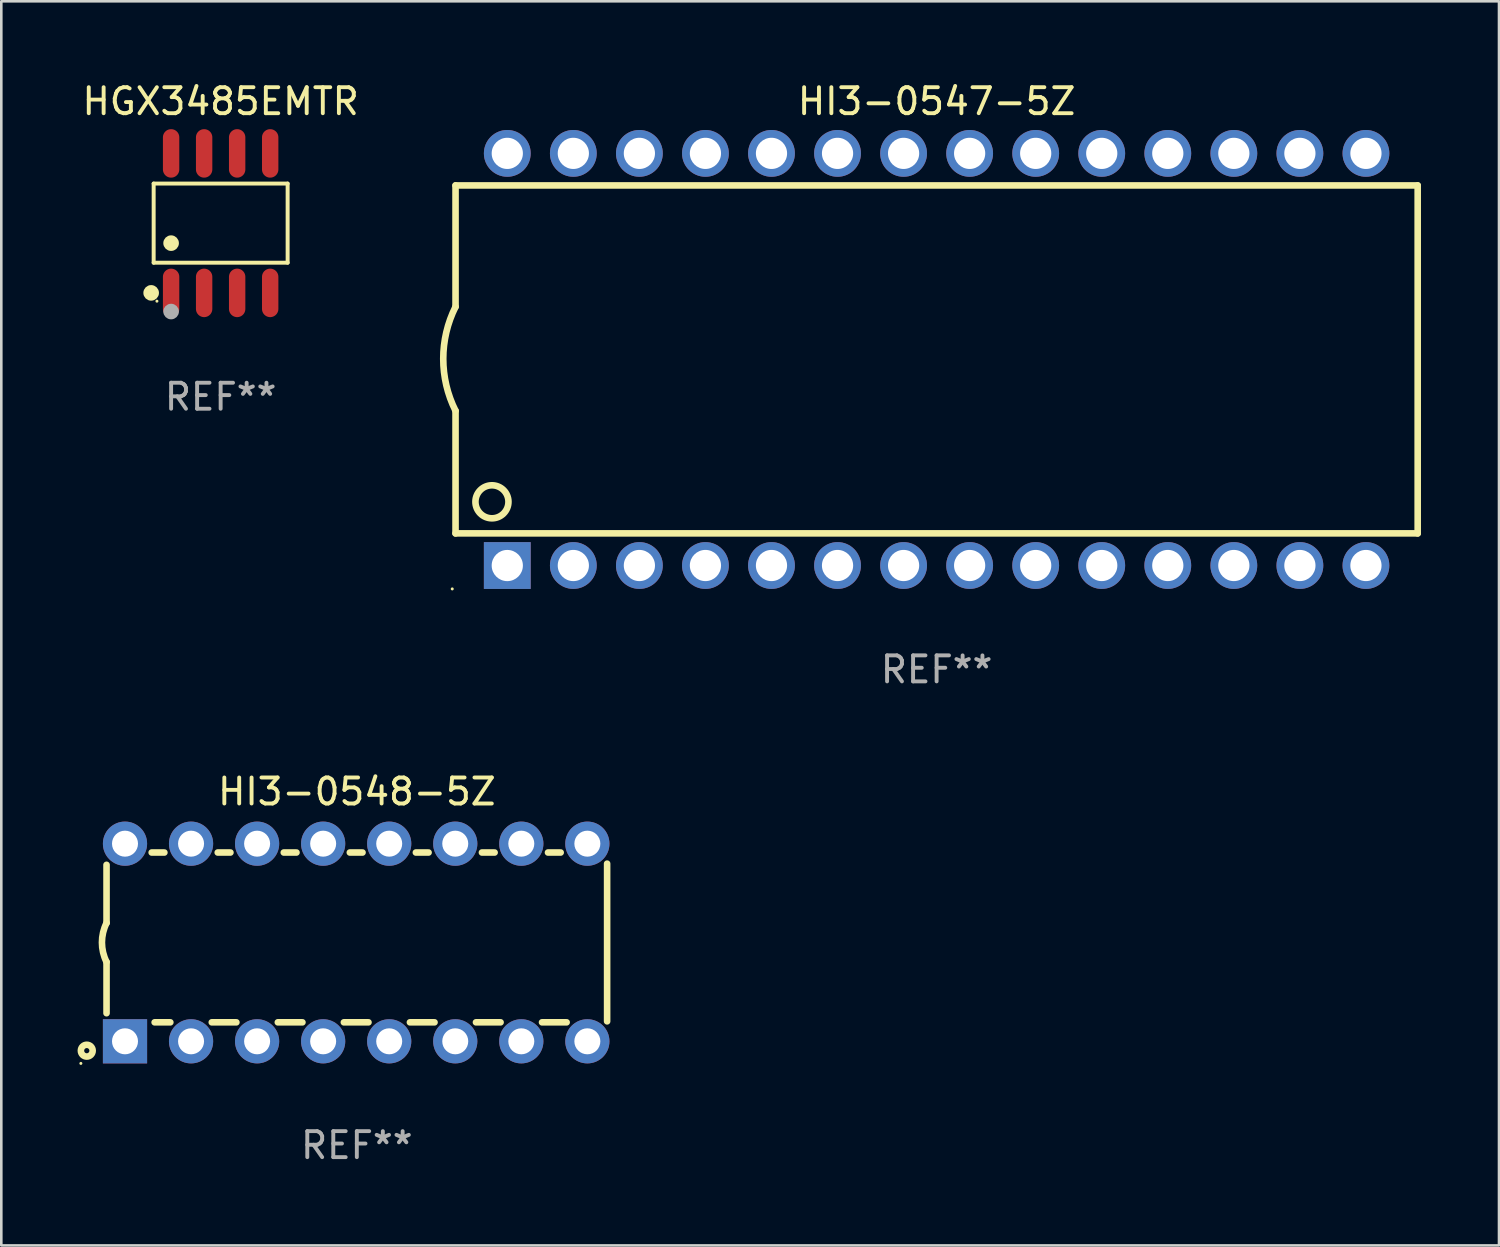
<source format=kicad_pcb>
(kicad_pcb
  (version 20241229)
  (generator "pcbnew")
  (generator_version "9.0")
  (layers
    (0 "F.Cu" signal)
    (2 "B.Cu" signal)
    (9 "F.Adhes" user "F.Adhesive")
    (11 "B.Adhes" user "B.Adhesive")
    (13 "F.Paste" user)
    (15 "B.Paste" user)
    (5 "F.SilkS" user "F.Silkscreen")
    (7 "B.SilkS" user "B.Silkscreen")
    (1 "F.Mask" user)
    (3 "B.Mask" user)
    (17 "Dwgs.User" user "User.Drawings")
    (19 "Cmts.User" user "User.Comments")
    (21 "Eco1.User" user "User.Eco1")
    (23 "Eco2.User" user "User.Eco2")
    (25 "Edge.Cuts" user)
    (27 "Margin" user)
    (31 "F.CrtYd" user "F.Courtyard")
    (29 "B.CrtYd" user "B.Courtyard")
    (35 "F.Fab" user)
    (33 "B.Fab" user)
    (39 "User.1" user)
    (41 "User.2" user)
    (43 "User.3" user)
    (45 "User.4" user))
  (footprint "HI3-0548-5Z"
    (layer "F.Cu")
    (at 10.672 33.194)
    (property "Reference" "HI3-0548-5Z" (at 0 -5.8 0) (layer "F.SilkS") (effects (font (size 1 1) (thickness 0.15))))
    (attr through_hole)
    (fp_line (start -9.625 -0.75) (end -9.625 -2.986) (stroke (width 0.254) (type solid)) (layer "F.SilkS"))
    (fp_line (start -9.625 0.749) (end -9.625 2.719) (stroke (width 0.254) (type solid)) (layer "F.SilkS"))
    (fp_line (start -7.889 -3.46) (end -7.401 -3.46) (stroke (width 0.254) (type solid)) (layer "F.SilkS"))
    (fp_line (start -7.775 3.07) (end -7.172 3.07) (stroke (width 0.254) (type solid)) (layer "F.SilkS"))
    (fp_line (start -5.578 3.07) (end -4.632 3.07) (stroke (width 0.254) (type solid)) (layer "F.SilkS"))
    (fp_line (start -5.349 -3.46) (end -4.861 -3.46) (stroke (width 0.254) (type solid)) (layer "F.SilkS"))
    (fp_line (start -3.038 3.07) (end -2.092 3.07) (stroke (width 0.254) (type solid)) (layer "F.SilkS"))
    (fp_line (start -2.809 -3.46) (end -2.321 -3.46) (stroke (width 0.254) (type solid)) (layer "F.SilkS"))
    (fp_line (start -0.498 3.07) (end 0.448 3.07) (stroke (width 0.254) (type solid)) (layer "F.SilkS"))
    (fp_line (start -0.269 -3.46) (end 0.219 -3.46) (stroke (width 0.254) (type solid)) (layer "F.SilkS"))
    (fp_line (start 2.042 3.07) (end 2.988 3.07) (stroke (width 0.254) (type solid)) (layer "F.SilkS"))
    (fp_line (start 2.271 -3.46) (end 2.759 -3.46) (stroke (width 0.254) (type solid)) (layer "F.SilkS"))
    (fp_line (start 4.582 3.07) (end 5.528 3.07) (stroke (width 0.254) (type solid)) (layer "F.SilkS"))
    (fp_line (start 4.811 -3.46) (end 5.299 -3.46) (stroke (width 0.254) (type solid)) (layer "F.SilkS"))
    (fp_line (start 7.122 3.07) (end 8.068 3.07) (stroke (width 0.254) (type solid)) (layer "F.SilkS"))
    (fp_line (start 7.351 -3.46) (end 7.839 -3.46) (stroke (width 0.254) (type solid)) (layer "F.SilkS"))
    (fp_line (start 9.625 3.032) (end 9.625 -3.032) (stroke (width 0.254) (type solid)) (layer "F.SilkS"))
    (fp_arc (start -9.624993 0.748819) (mid -9.801912 -0.000581) (end -9.625019 -0.749987) (stroke (width 0.254001) (type solid)) (layer "F.SilkS"))
    (fp_circle (center -10.612 4.65) (end -10.582 4.65) (stroke (width 0.06) (type solid)) (fill no) (layer "F.SilkS"))
    (fp_circle (center -10.385 4.16) (end -10.285 4.16) (stroke (width 0.254) (type solid)) (fill no) (layer "F.SilkS"))
    (fp_text user "REF**" (at 0 7.8 0) (layer "F.Fab") (effects (font (size 1 1) (thickness 0.15))))
    (pad "1" thru_hole rect (at -8.915 3.8 90) (size 1.7 1.7) (drill 1) (layers "*.Cu" "*.Mask"))
    (pad "2" thru_hole circle (at -6.375 3.8) (size 1.7 1.7) (drill 1) (layers "*.Cu" "*.Mask"))
    (pad "3" thru_hole circle (at -3.835 3.8) (size 1.7 1.7) (drill 1) (layers "*.Cu" "*.Mask"))
    (pad "4" thru_hole circle (at -1.295 3.8) (size 1.7 1.7) (drill 1) (layers "*.Cu" "*.Mask"))
    (pad "5" thru_hole circle (at 1.245 3.8) (size 1.7 1.7) (drill 1) (layers "*.Cu" "*.Mask"))
    (pad "6" thru_hole circle (at 3.785 3.8) (size 1.7 1.7) (drill 1) (layers "*.Cu" "*.Mask"))
    (pad "7" thru_hole circle (at 6.325 3.8) (size 1.7 1.7) (drill 1) (layers "*.Cu" "*.Mask"))
    (pad "8" thru_hole circle (at 8.865 3.8) (size 1.7 1.7) (drill 1) (layers "*.Cu" "*.Mask"))
    (pad "9" thru_hole circle (at 8.865 -3.8) (size 1.7 1.7) (drill 1) (layers "*.Cu" "*.Mask"))
    (pad "10" thru_hole circle (at 6.325 -3.8) (size 1.7 1.7) (drill 1) (layers "*.Cu" "*.Mask"))
    (pad "11" thru_hole circle (at 3.785 -3.8) (size 1.7 1.7) (drill 1) (layers "*.Cu" "*.Mask"))
    (pad "12" thru_hole circle (at 1.245 -3.8) (size 1.7 1.7) (drill 1) (layers "*.Cu" "*.Mask"))
    (pad "13" thru_hole circle (at -1.295 -3.8) (size 1.7 1.7) (drill 1) (layers "*.Cu" "*.Mask"))
    (pad "14" thru_hole circle (at -3.835 -3.8) (size 1.7 1.7) (drill 1) (layers "*.Cu" "*.Mask"))
    (pad "15" thru_hole circle (at -6.375 -3.8) (size 1.7 1.7) (drill 1) (layers "*.Cu" "*.Mask"))
    (pad "16" thru_hole circle (at -8.915 -3.8) (size 1.7 1.7) (drill 1) (layers "*.Cu" "*.Mask")))
  (footprint "HGX3485EMTR"
    (layer "F.Cu")
    (at 5.435 5.531)
    (property "Reference" "HGX3485EMTR" (at 0 -4.682 0) (layer "F.SilkS") (effects (font (size 1 1) (thickness 0.15))))
    (attr through_hole)
    (fp_line (start -2.576 -1.521) (end 2.576 -1.521) (stroke (width 0.152) (type solid)) (layer "F.SilkS"))
    (fp_line (start -2.576 1.521) (end -2.576 -1.521) (stroke (width 0.152) (type solid)) (layer "F.SilkS"))
    (fp_line (start 2.576 -1.521) (end 2.576 1.521) (stroke (width 0.152) (type solid)) (layer "F.SilkS"))
    (fp_line (start 2.576 1.521) (end -2.576 1.521) (stroke (width 0.152) (type solid)) (layer "F.SilkS"))
    (fp_circle (center -2.672 2.682) (end -2.522 2.682) (stroke (width 0.3) (type solid)) (fill no) (layer "F.SilkS"))
    (fp_circle (center -2.45 3) (end -2.42 3) (stroke (width 0.06) (type solid)) (fill no) (layer "F.SilkS"))
    (fp_circle (center -1.905 0.769) (end -1.755 0.769) (stroke (width 0.3) (type solid)) (fill no) (layer "F.SilkS"))
    (fp_circle (center -1.905 3.4) (end -1.755 3.4) (stroke (width 0.3) (type solid)) (fill no) (layer "F.Fab"))
    (fp_text user "REF**" (at 0 6.682 0) (layer "F.Fab") (effects (font (size 1 1) (thickness 0.15))))
    (pad "1" smd oval (at -1.905 2.682) (size 0.63 1.865) (layers "F.Cu" "F.Mask" "F.Paste"))
    (pad "2" smd oval (at -0.635 2.682) (size 0.63 1.865) (layers "F.Cu" "F.Mask" "F.Paste"))
    (pad "3" smd oval (at 0.635 2.682) (size 0.63 1.865) (layers "F.Cu" "F.Mask" "F.Paste"))
    (pad "4" smd oval (at 1.905 2.682) (size 0.63 1.865) (layers "F.Cu" "F.Mask" "F.Paste"))
    (pad "5" smd oval (at 1.905 -2.682) (size 0.63 1.865) (layers "F.Cu" "F.Mask" "F.Paste"))
    (pad "6" smd oval (at 0.635 -2.682) (size 0.63 1.865) (layers "F.Cu" "F.Mask" "F.Paste"))
    (pad "7" smd oval (at -0.635 -2.682) (size 0.63 1.865) (layers "F.Cu" "F.Mask" "F.Paste"))
    (pad "8" smd oval (at -1.905 -2.682) (size 0.63 1.865) (layers "F.Cu" "F.Mask" "F.Paste")))
  (footprint "HI3-0547-5Z"
    (layer "F.Cu")
    (at 32.968 10.773)
    (property "Reference" "HI3-0547-5Z" (at 0 -9.925 0) (layer "F.SilkS") (effects (font (size 1 1) (thickness 0.15))))
    (attr through_hole)
    (fp_line (start -18.5 -6.692) (end -18.5 -2.026) (stroke (width 0.254) (type solid)) (layer "F.SilkS"))
    (fp_line (start -18.5 6.689) (end -18.5 1.974) (stroke (width 0.254) (type solid)) (layer "F.SilkS"))
    (fp_line (start -18.5 6.689) (end 18.5 6.689) (stroke (width 0.254) (type solid)) (layer "F.SilkS"))
    (fp_line (start 18.5 -6.692) (end -18.5 -6.692) (stroke (width 0.254) (type solid)) (layer "F.SilkS"))
    (fp_line (start 18.5 6.689) (end 18.5 -6.692) (stroke (width 0.254) (type solid)) (layer "F.SilkS"))
    (fp_arc (start -18.500051 1.974346) (mid -18.972187 -0.025654) (end -18.500051 -2.025654) (stroke (width 0.254001) (type solid)) (layer "F.SilkS"))
    (fp_circle (center -18.627 8.824) (end -18.597 8.824) (stroke (width 0.06) (type solid)) (fill no) (layer "F.SilkS"))
    (fp_circle (center -17.1 5.474) (end -16.465 5.474) (stroke (width 0.254) (type solid)) (fill no) (layer "F.SilkS"))
    (fp_text user "REF**" (at 0 11.925 0) (layer "F.Fab") (effects (font (size 1 1) (thickness 0.15))))
    (pad "1" thru_hole rect (at -16.51 7.925) (size 1.8 1.8) (drill 1.2) (layers "*.Cu" "*.Mask"))
    (pad "2" thru_hole circle (at -13.97 7.924) (size 1.8 1.8) (drill 1.2) (layers "*.Cu" "*.Mask"))
    (pad "3" thru_hole circle (at -11.43 7.924) (size 1.8 1.8) (drill 1.2) (layers "*.Cu" "*.Mask"))
    (pad "4" thru_hole circle (at -8.89 7.924) (size 1.8 1.8) (drill 1.2) (layers "*.Cu" "*.Mask"))
    (pad "5" thru_hole circle (at -6.35 7.924) (size 1.8 1.8) (drill 1.2) (layers "*.Cu" "*.Mask"))
    (pad "6" thru_hole circle (at -3.81 7.924) (size 1.8 1.8) (drill 1.2) (layers "*.Cu" "*.Mask"))
    (pad "7" thru_hole circle (at -1.27 7.924) (size 1.8 1.8) (drill 1.2) (layers "*.Cu" "*.Mask"))
    (pad "8" thru_hole circle (at 1.27 7.924) (size 1.8 1.8) (drill 1.2) (layers "*.Cu" "*.Mask"))
    (pad "9" thru_hole circle (at 3.81 7.924) (size 1.8 1.8) (drill 1.2) (layers "*.Cu" "*.Mask"))
    (pad "10" thru_hole circle (at 6.35 7.924) (size 1.8 1.8) (drill 1.2) (layers "*.Cu" "*.Mask"))
    (pad "11" thru_hole circle (at 8.89 7.924) (size 1.8 1.8) (drill 1.2) (layers "*.Cu" "*.Mask"))
    (pad "12" thru_hole circle (at 11.43 7.924) (size 1.8 1.8) (drill 1.2) (layers "*.Cu" "*.Mask"))
    (pad "13" thru_hole circle (at 13.97 7.924) (size 1.8 1.8) (drill 1.2) (layers "*.Cu" "*.Mask"))
    (pad "14" thru_hole circle (at 16.51 7.924) (size 1.8 1.8) (drill 1.2) (layers "*.Cu" "*.Mask"))
    (pad "15" thru_hole circle (at 16.51 -7.925) (size 1.8 1.8) (drill 1.2) (layers "*.Cu" "*.Mask"))
    (pad "16" thru_hole circle (at 13.97 -7.925) (size 1.8 1.8) (drill 1.2) (layers "*.Cu" "*.Mask"))
    (pad "17" thru_hole circle (at 11.43 -7.925) (size 1.8 1.8) (drill 1.2) (layers "*.Cu" "*.Mask"))
    (pad "18" thru_hole circle (at 8.89 -7.925) (size 1.8 1.8) (drill 1.2) (layers "*.Cu" "*.Mask"))
    (pad "19" thru_hole circle (at 6.35 -7.925) (size 1.8 1.8) (drill 1.2) (layers "*.Cu" "*.Mask"))
    (pad "20" thru_hole circle (at 3.81 -7.925) (size 1.8 1.8) (drill 1.2) (layers "*.Cu" "*.Mask"))
    (pad "21" thru_hole circle (at 1.27 -7.925) (size 1.8 1.8) (drill 1.2) (layers "*.Cu" "*.Mask"))
    (pad "22" thru_hole circle (at -1.27 -7.925) (size 1.8 1.8) (drill 1.2) (layers "*.Cu" "*.Mask"))
    (pad "23" thru_hole circle (at -3.81 -7.925) (size 1.8 1.8) (drill 1.2) (layers "*.Cu" "*.Mask"))
    (pad "24" thru_hole circle (at -6.35 -7.925) (size 1.8 1.8) (drill 1.2) (layers "*.Cu" "*.Mask"))
    (pad "25" thru_hole circle (at -8.89 -7.925) (size 1.8 1.8) (drill 1.2) (layers "*.Cu" "*.Mask"))
    (pad "26" thru_hole circle (at -11.43 -7.925) (size 1.8 1.8) (drill 1.2) (layers "*.Cu" "*.Mask"))
    (pad "27" thru_hole circle (at -13.97 -7.925) (size 1.8 1.8) (drill 1.2) (layers "*.Cu" "*.Mask"))
    (pad "28" thru_hole circle (at -16.51 -7.925) (size 1.8 1.8) (drill 1.2) (layers "*.Cu" "*.Mask")))
  (gr_rect
    (start -3 -3)
    (end 54.595 44.843)
    (stroke (width 0.1) (type default))
    (fill no)
    (layer "Edge.Cuts")))
</source>
